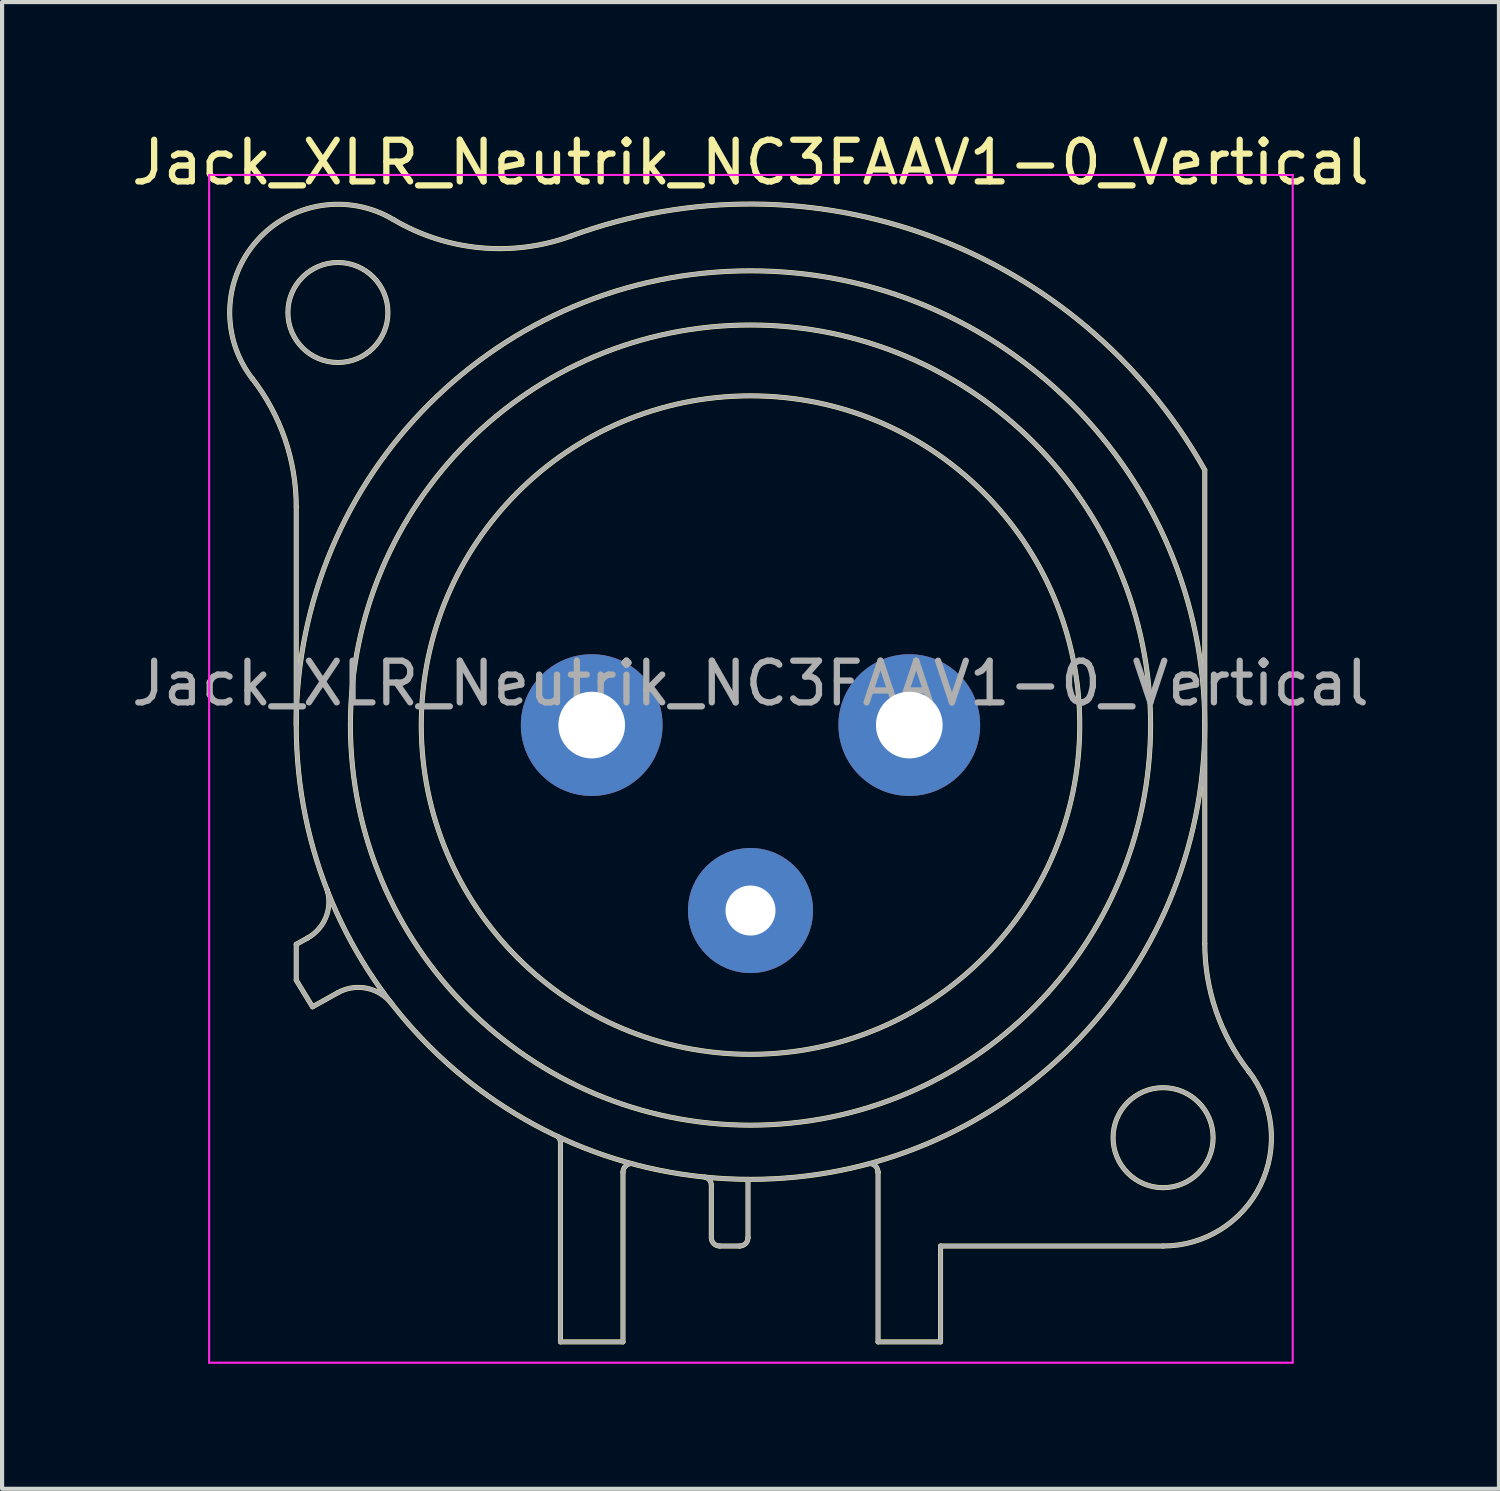
<source format=kicad_pcb>
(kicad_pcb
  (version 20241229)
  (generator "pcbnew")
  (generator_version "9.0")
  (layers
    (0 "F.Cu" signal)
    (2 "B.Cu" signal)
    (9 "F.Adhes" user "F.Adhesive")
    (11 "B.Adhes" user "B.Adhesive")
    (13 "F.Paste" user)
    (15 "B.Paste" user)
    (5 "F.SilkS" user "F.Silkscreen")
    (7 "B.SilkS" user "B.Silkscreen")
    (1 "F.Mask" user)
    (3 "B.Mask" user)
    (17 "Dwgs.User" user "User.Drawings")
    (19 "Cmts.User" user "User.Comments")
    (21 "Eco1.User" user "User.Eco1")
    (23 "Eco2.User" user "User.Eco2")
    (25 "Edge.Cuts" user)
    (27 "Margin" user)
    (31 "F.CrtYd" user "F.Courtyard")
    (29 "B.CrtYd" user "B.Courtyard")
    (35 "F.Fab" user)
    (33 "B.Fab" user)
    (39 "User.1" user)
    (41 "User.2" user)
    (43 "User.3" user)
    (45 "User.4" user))
  (footprint "Jack_XLR_Neutrik_NC3FAAV1-0_Vertical"
    (layer "F.Cu")
    (at 18.768 14.348)
    (property "Reference" "Jack_XLR_Neutrik_NC3FAAV1-0_Vertical" (at -3.81 -13.5 0) (layer "F.SilkS") (effects (font (size 1 1) (thickness 0.15))))
    (attr through_hole)
    (fp_line (start -14.71 0) (end -14.71 -5.24) (stroke (width 0.12) (type solid)) (layer "F.SilkS"))
    (fp_line (start -14.71 5.26) (end -14.44 5.11) (stroke (width 0.12) (type solid)) (layer "F.SilkS"))
    (fp_line (start -14.71 6.12) (end -14.71 5.26) (stroke (width 0.12) (type solid)) (layer "F.SilkS"))
    (fp_line (start -14.32 6.76) (end -14.71 6.12) (stroke (width 0.12) (type solid)) (layer "F.SilkS"))
    (fp_line (start -13.71 6.42) (end -14.32 6.76) (stroke (width 0.12) (type solid)) (layer "F.SilkS"))
    (fp_line (start -8.37 10.03) (end -8.37 14.8) (stroke (width 0.12) (type solid)) (layer "F.SilkS"))
    (fp_line (start -6.87 14.8) (end -8.37 14.8) (stroke (width 0.12) (type solid)) (layer "F.SilkS"))
    (fp_line (start -6.87 14.8) (end -6.87 10.73) (stroke (width 0.12) (type solid)) (layer "F.SilkS"))
    (fp_line (start -4.75 11.04) (end -4.75 12.3) (stroke (width 0.12) (type solid)) (layer "F.SilkS"))
    (fp_line (start -4.07 12.5) (end -4.55 12.5) (stroke (width 0.12) (type solid)) (layer "F.SilkS"))
    (fp_line (start -3.87 10.9) (end -3.87 12.3) (stroke (width 0.12) (type solid)) (layer "F.SilkS"))
    (fp_line (start -0.75 10.73) (end -0.75 10.73) (stroke (width 0.12) (type solid)) (layer "F.SilkS"))
    (fp_line (start -0.75 14.8) (end -0.75 10.73) (stroke (width 0.12) (type solid)) (layer "F.SilkS"))
    (fp_line (start 0.75 12.5) (end 6.09 12.5) (stroke (width 0.12) (type solid)) (layer "F.SilkS"))
    (fp_line (start 0.75 14.8) (end -0.75 14.8) (stroke (width 0.12) (type solid)) (layer "F.SilkS"))
    (fp_line (start 0.75 14.8) (end 0.75 12.5) (stroke (width 0.12) (type solid)) (layer "F.SilkS"))
    (fp_line (start 7.09 5.24) (end 7.09 -6.12) (stroke (width 0.12) (type solid)) (layer "F.SilkS"))
    (fp_arc (start -15.766689 -8.317569) (mid -14.98153 -6.866962) (end -14.71 -5.24) (stroke (width 0.12) (type solid)) (layer "F.SilkS"))
    (fp_arc (start -15.761979 -8.309032) (mid -15.65429 -11.620911) (end -12.38 -12.13) (stroke (width 0.12) (type solid)) (layer "F.SilkS"))
    (fp_arc (start -13.969214 3.951372) (mid -13.999461 4.614043) (end -14.44 5.11) (stroke (width 0.12) (type solid)) (layer "F.SilkS"))
    (fp_arc (start -13.71 6.42) (mid -13.01025 6.315915) (end -12.412202 6.693832) (stroke (width 0.12) (type solid)) (layer "F.SilkS"))
    (fp_arc (start -8.436364 9.870864) (mid -8.385177 9.942924) (end -8.37 10.03) (stroke (width 0.12) (type solid)) (layer "F.SilkS"))
    (fp_arc (start -8.12905 -11.730738) (mid 0.51404 -11.7289) (end 7.09 -6.12) (stroke (width 0.12) (type solid)) (layer "F.SilkS"))
    (fp_arc (start -8.118081 -11.733841) (mid -10.293498 -11.453642) (end -12.38 -12.13) (stroke (width 0.12) (type solid)) (layer "F.SilkS"))
    (fp_arc (start -6.87 10.73) (mid -6.814828 10.588126) (end -6.678303 10.520799) (stroke (width 0.12) (type solid)) (layer "F.SilkS"))
    (fp_arc (start -4.908418 10.84437) (mid -4.794571 10.914136) (end -4.75 11.04) (stroke (width 0.12) (type solid)) (layer "F.SilkS"))
    (fp_arc (start -4.55 12.5) (mid -4.691421 12.441421) (end -4.75 12.3) (stroke (width 0.12) (type solid)) (layer "F.SilkS"))
    (fp_arc (start -3.87 12.3) (mid -3.928579 12.441421) (end -4.07 12.5) (stroke (width 0.12) (type solid)) (layer "F.SilkS"))
    (fp_arc (start -0.949009 10.520288) (mid -0.807671 10.585446) (end -0.75 10.73) (stroke (width 0.12) (type solid)) (layer "F.SilkS"))
    (fp_arc (start 8.141619 8.302858) (mid 8.42587 11.041804) (end 6.09 12.5) (stroke (width 0.12) (type solid)) (layer "F.SilkS"))
    (fp_arc (start 8.14247 8.305283) (mid 7.360446 6.860467) (end 7.09 5.24) (stroke (width 0.12) (type solid)) (layer "F.SilkS"))
    (fp_circle (center -13.71 -9.9) (end -12.51 -9.9) (stroke (width 0.12) (type solid)) (fill no) (layer "F.SilkS"))
    (fp_circle (center -3.81 0) (end 4.09 0) (stroke (width 0.12) (type solid)) (fill no) (layer "F.SilkS"))
    (fp_circle (center -3.81 0) (end 5.79 0) (stroke (width 0.12) (type solid)) (fill no) (layer "F.SilkS"))
    (fp_circle (center -3.81 0) (end 7.09 0) (stroke (width 0.12) (type solid)) (fill no) (layer "F.SilkS"))
    (fp_circle (center 6.09 9.9) (end 7.29 9.9) (stroke (width 0.12) (type solid)) (fill no) (layer "F.SilkS"))
    (fp_line (start -16.8 -13.2) (end 9.2 -13.2) (stroke (width 0.05) (type solid)) (layer "F.CrtYd"))
    (fp_line (start -16.8 15.3) (end -16.8 -13.2) (stroke (width 0.05) (type solid)) (layer "F.CrtYd"))
    (fp_line (start 9.2 -13.2) (end 9.2 15.3) (stroke (width 0.05) (type solid)) (layer "F.CrtYd"))
    (fp_line (start 9.2 15.3) (end -16.8 15.3) (stroke (width 0.05) (type solid)) (layer "F.CrtYd"))
    (fp_line (start -14.71 0) (end -14.71 -5.24) (stroke (width 0.1) (type solid)) (layer "F.Fab"))
    (fp_line (start -14.71 5.26) (end -14.44 5.11) (stroke (width 0.1) (type solid)) (layer "F.Fab"))
    (fp_line (start -14.71 6.12) (end -14.71 5.26) (stroke (width 0.1) (type solid)) (layer "F.Fab"))
    (fp_line (start -14.32 6.76) (end -14.71 6.12) (stroke (width 0.1) (type solid)) (layer "F.Fab"))
    (fp_line (start -13.71 6.42) (end -14.32 6.76) (stroke (width 0.1) (type solid)) (layer "F.Fab"))
    (fp_line (start -8.37 10.03) (end -8.37 14.8) (stroke (width 0.1) (type solid)) (layer "F.Fab"))
    (fp_line (start -6.87 14.8) (end -8.37 14.8) (stroke (width 0.1) (type solid)) (layer "F.Fab"))
    (fp_line (start -6.87 14.8) (end -6.87 10.73) (stroke (width 0.1) (type solid)) (layer "F.Fab"))
    (fp_line (start -4.75 11.04) (end -4.75 12.3) (stroke (width 0.1) (type solid)) (layer "F.Fab"))
    (fp_line (start -4.07 12.5) (end -4.55 12.5) (stroke (width 0.1) (type solid)) (layer "F.Fab"))
    (fp_line (start -3.87 10.9) (end -3.87 12.3) (stroke (width 0.1) (type solid)) (layer "F.Fab"))
    (fp_line (start -0.75 10.73) (end -0.75 10.73) (stroke (width 0.1) (type solid)) (layer "F.Fab"))
    (fp_line (start -0.75 14.8) (end -0.75 10.73) (stroke (width 0.1) (type solid)) (layer "F.Fab"))
    (fp_line (start 0.75 12.5) (end 6.09 12.5) (stroke (width 0.1) (type solid)) (layer "F.Fab"))
    (fp_line (start 0.75 14.8) (end -0.75 14.8) (stroke (width 0.1) (type solid)) (layer "F.Fab"))
    (fp_line (start 0.75 14.8) (end 0.75 12.5) (stroke (width 0.1) (type solid)) (layer "F.Fab"))
    (fp_line (start 7.09 5.24) (end 7.09 -6.12) (stroke (width 0.1) (type solid)) (layer "F.Fab"))
    (fp_arc (start -15.766689 -8.317569) (mid -14.98153 -6.866962) (end -14.71 -5.24) (stroke (width 0.1) (type solid)) (layer "F.Fab"))
    (fp_arc (start -15.761979 -8.309032) (mid -15.65429 -11.620911) (end -12.38 -12.13) (stroke (width 0.1) (type solid)) (layer "F.Fab"))
    (fp_arc (start -13.969214 3.951372) (mid -13.999461 4.614043) (end -14.44 5.11) (stroke (width 0.1) (type solid)) (layer "F.Fab"))
    (fp_arc (start -13.71 6.42) (mid -13.01025 6.315915) (end -12.412202 6.693832) (stroke (width 0.1) (type solid)) (layer "F.Fab"))
    (fp_arc (start -8.436364 9.870864) (mid -8.385177 9.942924) (end -8.37 10.03) (stroke (width 0.1) (type solid)) (layer "F.Fab"))
    (fp_arc (start -8.12905 -11.730738) (mid 0.51404 -11.7289) (end 7.09 -6.12) (stroke (width 0.1) (type solid)) (layer "F.Fab"))
    (fp_arc (start -8.118081 -11.733841) (mid -10.293498 -11.453642) (end -12.38 -12.13) (stroke (width 0.1) (type solid)) (layer "F.Fab"))
    (fp_arc (start -6.87 10.73) (mid -6.814828 10.588126) (end -6.678303 10.520799) (stroke (width 0.1) (type solid)) (layer "F.Fab"))
    (fp_arc (start -4.908418 10.84437) (mid -4.794571 10.914136) (end -4.75 11.04) (stroke (width 0.1) (type solid)) (layer "F.Fab"))
    (fp_arc (start -4.55 12.5) (mid -4.691421 12.441421) (end -4.75 12.3) (stroke (width 0.1) (type solid)) (layer "F.Fab"))
    (fp_arc (start -3.87 12.3) (mid -3.928579 12.441421) (end -4.07 12.5) (stroke (width 0.1) (type solid)) (layer "F.Fab"))
    (fp_arc (start -0.949009 10.520288) (mid -0.807671 10.585446) (end -0.75 10.73) (stroke (width 0.1) (type solid)) (layer "F.Fab"))
    (fp_arc (start 8.141619 8.302858) (mid 8.42587 11.041804) (end 6.09 12.5) (stroke (width 0.1) (type solid)) (layer "F.Fab"))
    (fp_arc (start 8.14247 8.305283) (mid 7.360446 6.860467) (end 7.09 5.24) (stroke (width 0.1) (type solid)) (layer "F.Fab"))
    (fp_circle (center -13.71 -9.9) (end -12.51 -9.9) (stroke (width 0.1) (type solid)) (fill no) (layer "F.Fab"))
    (fp_circle (center -3.81 0) (end 4.09 0) (stroke (width 0.1) (type solid)) (fill no) (layer "F.Fab"))
    (fp_circle (center -3.81 0) (end 5.79 0) (stroke (width 0.1) (type solid)) (fill no) (layer "F.Fab"))
    (fp_circle (center -3.81 0) (end 7.09 0) (stroke (width 0.1) (type solid)) (fill no) (layer "F.Fab"))
    (fp_circle (center 6.09 9.9) (end 7.29 9.9) (stroke (width 0.1) (type solid)) (fill no) (layer "F.Fab"))
    (fp_text user "${REFERENCE}" (at -3.81 -1 0) (layer "F.Fab") (effects (font (size 1 1) (thickness 0.15))))
    (pad "1" thru_hole circle (at 0 0) (size 3.4 3.4) (drill 1.6) (layers "*.Cu" "*.Mask"))
    (pad "2" thru_hole circle (at -7.62 0) (size 3.4 3.4) (drill 1.6) (layers "*.Cu" "*.Mask"))
    (pad "3" thru_hole circle (at -3.81 4.45) (size 3 3) (drill 1.2) (layers "*.Cu" "*.Mask")))
  (gr_rect
    (start -3 -3)
    (end 32.917 32.673)
    (stroke (width 0.1) (type default))
    (fill no)
    (layer "Edge.Cuts")))
</source>
